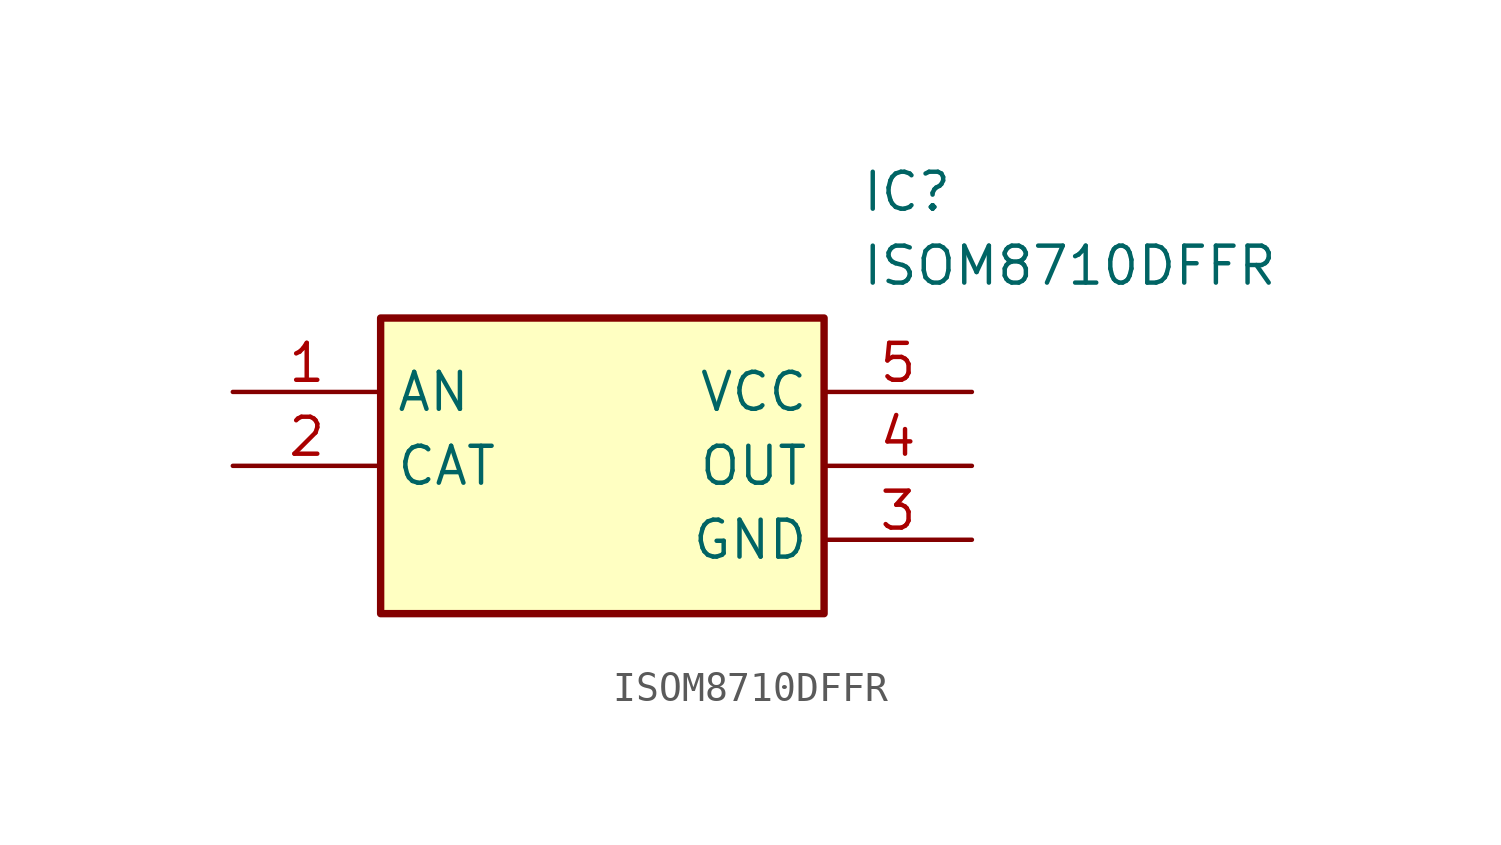
<source format=kicad_sym>
(kicad_symbol_lib
  (version 20211014)
  (generator SamacSys_ECAD_Model)
  (symbol "ISOM8710DFFR"
    (property "Reference" "IC"
      (at 21.59 7.62 0)
      (effects (font (size 1.27 1.27)) (justify left top)))
    (property "Value" "ISOM8710DFFR"
      (at 21.59 5.08 0)
      (effects (font (size 1.27 1.27)) (justify left top)))
    (rectangle
      (start 5.08 2.54)
      (end 20.32 -7.62)
      (stroke (width 0.254) (type default))
      (fill (type background)))
    (pin passive line
      (at 0 0 0)
      (length 5.08)
      (name "AN" (effects (font (size 1.27 1.27))))
      (number "1" (effects (font (size 1.27 1.27)))))
    (pin passive line
      (at 0 -2.54 0)
      (length 5.08)
      (name "CAT" (effects (font (size 1.27 1.27))))
      (number "2" (effects (font (size 1.27 1.27)))))
    (pin passive line
      (at 25.4 -5.08 180)
      (length 5.08)
      (name "GND" (effects (font (size 1.27 1.27))))
      (number "3" (effects (font (size 1.27 1.27)))))
    (pin passive line
      (at 25.4 -2.54 180)
      (length 5.08)
      (name "OUT" (effects (font (size 1.27 1.27))))
      (number "4" (effects (font (size 1.27 1.27)))))
    (pin passive line
      (at 25.4 0 180)
      (length 5.08)
      (name "VCC" (effects (font (size 1.27 1.27))))
      (number "5" (effects (font (size 1.27 1.27)))))))
</source>
